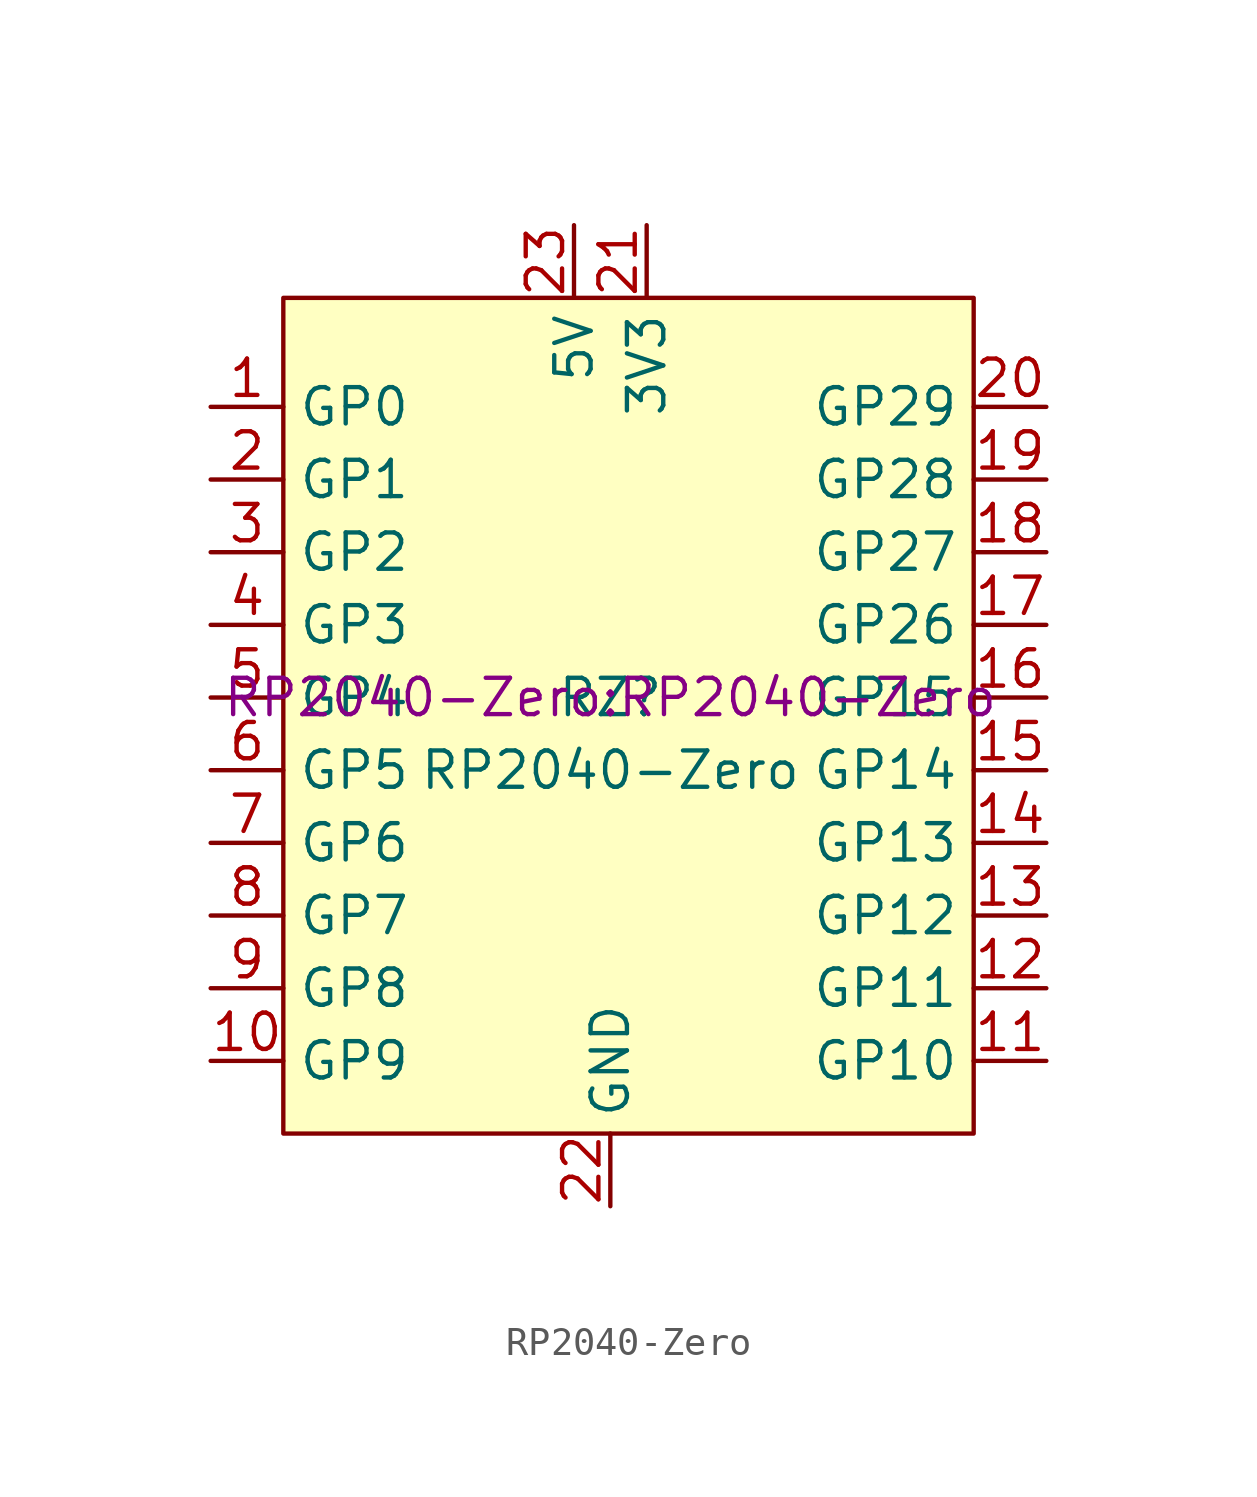
<source format=kicad_sym>
(kicad_symbol_lib
  (version 20211014)
  (generator kicad_symbol_editor)
  (symbol "RP2040-Zero"
    (property "Reference" "RZ"
      (at 0 0 0)
      (effects (font (size 1.27 1.27))))
    (property "Value" "RP2040-Zero"
      (at 0 -2.54 0)
      (effects (font (size 1.27 1.27))))
    (property "Footprint" "RP2040-Zero:RP2040-Zero"
      (at 0 0 0)
      (effects (font (size 1.27 1.27))))
    (symbol "RP2040-Zero_0_1"
      (rectangle (start -11.43 -15.24) (end 12.7 13.97) (stroke (width 0) (type default) (color 0 0 0 0)) (fill (type background))))
    (symbol "RP2040-Zero_1_1"
      (pin bidirectional line (at -13.97 10.16 0) (length 2.54) (name "GP0" (effects (font (size 1.27 1.27)))) (number "1" (effects (font (size 1.27 1.27)))))
      (pin bidirectional line (at -13.97 -12.7 0) (length 2.54) (name "GP9" (effects (font (size 1.27 1.27)))) (number "10" (effects (font (size 1.27 1.27)))))
      (pin bidirectional line (at 15.24 -12.7 180) (length 2.54) (name "GP10" (effects (font (size 1.27 1.27)))) (number "11" (effects (font (size 1.27 1.27)))))
      (pin bidirectional line (at 15.24 -10.16 180) (length 2.54) (name "GP11" (effects (font (size 1.27 1.27)))) (number "12" (effects (font (size 1.27 1.27)))))
      (pin bidirectional line (at 15.24 -7.62 180) (length 2.54) (name "GP12" (effects (font (size 1.27 1.27)))) (number "13" (effects (font (size 1.27 1.27)))))
      (pin bidirectional line (at 15.24 -5.08 180) (length 2.54) (name "GP13" (effects (font (size 1.27 1.27)))) (number "14" (effects (font (size 1.27 1.27)))))
      (pin bidirectional line (at 15.24 -2.54 180) (length 2.54) (name "GP14" (effects (font (size 1.27 1.27)))) (number "15" (effects (font (size 1.27 1.27)))))
      (pin bidirectional line (at 15.24 0 180) (length 2.54) (name "GP15" (effects (font (size 1.27 1.27)))) (number "16" (effects (font (size 1.27 1.27)))))
      (pin bidirectional line (at 15.24 2.54 180) (length 2.54) (name "GP26" (effects (font (size 1.27 1.27)))) (number "17" (effects (font (size 1.27 1.27)))))
      (pin bidirectional line (at 15.24 5.08 180) (length 2.54) (name "GP27" (effects (font (size 1.27 1.27)))) (number "18" (effects (font (size 1.27 1.27)))))
      (pin bidirectional line (at 15.24 7.62 180) (length 2.54) (name "GP28" (effects (font (size 1.27 1.27)))) (number "19" (effects (font (size 1.27 1.27)))))
      (pin bidirectional line (at -13.97 7.62 0) (length 2.54) (name "GP1" (effects (font (size 1.27 1.27)))) (number "2" (effects (font (size 1.27 1.27)))))
      (pin bidirectional line (at 15.24 10.16 180) (length 2.54) (name "GP29" (effects (font (size 1.27 1.27)))) (number "20" (effects (font (size 1.27 1.27)))))
      (pin power_in line (at 1.27 16.51 270) (length 2.54) (name "3V3" (effects (font (size 1.27 1.27)))) (number "21" (effects (font (size 1.27 1.27)))))
      (pin power_in line (at 0 -17.78 90) (length 2.54) (name "GND" (effects (font (size 1.27 1.27)))) (number "22" (effects (font (size 1.27 1.27)))))
      (pin power_in line (at -1.27 16.51 270) (length 2.54) (name "5V" (effects (font (size 1.27 1.27)))) (number "23" (effects (font (size 1.27 1.27)))))
      (pin bidirectional line (at -13.97 5.08 0) (length 2.54) (name "GP2" (effects (font (size 1.27 1.27)))) (number "3" (effects (font (size 1.27 1.27)))))
      (pin bidirectional line (at -13.97 2.54 0) (length 2.54) (name "GP3" (effects (font (size 1.27 1.27)))) (number "4" (effects (font (size 1.27 1.27)))))
      (pin bidirectional line (at -13.97 0 0) (length 2.54) (name "GP4" (effects (font (size 1.27 1.27)))) (number "5" (effects (font (size 1.27 1.27)))))
      (pin bidirectional line (at -13.97 -2.54 0) (length 2.54) (name "GP5" (effects (font (size 1.27 1.27)))) (number "6" (effects (font (size 1.27 1.27)))))
      (pin bidirectional line (at -13.97 -5.08 0) (length 2.54) (name "GP6" (effects (font (size 1.27 1.27)))) (number "7" (effects (font (size 1.27 1.27)))))
      (pin bidirectional line (at -13.97 -7.62 0) (length 2.54) (name "GP7" (effects (font (size 1.27 1.27)))) (number "8" (effects (font (size 1.27 1.27)))))
      (pin bidirectional line (at -13.97 -10.16 0) (length 2.54) (name "GP8" (effects (font (size 1.27 1.27)))) (number "9" (effects (font (size 1.27 1.27))))))))
</source>
